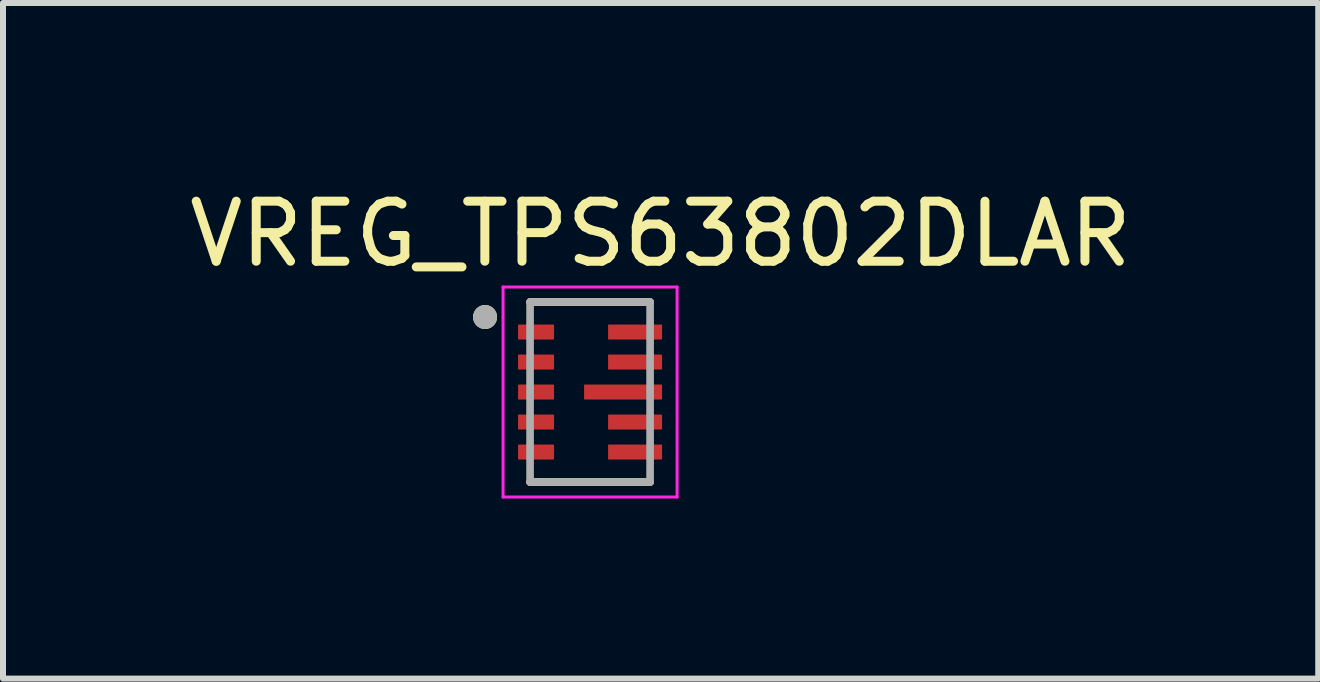
<source format=kicad_pcb>
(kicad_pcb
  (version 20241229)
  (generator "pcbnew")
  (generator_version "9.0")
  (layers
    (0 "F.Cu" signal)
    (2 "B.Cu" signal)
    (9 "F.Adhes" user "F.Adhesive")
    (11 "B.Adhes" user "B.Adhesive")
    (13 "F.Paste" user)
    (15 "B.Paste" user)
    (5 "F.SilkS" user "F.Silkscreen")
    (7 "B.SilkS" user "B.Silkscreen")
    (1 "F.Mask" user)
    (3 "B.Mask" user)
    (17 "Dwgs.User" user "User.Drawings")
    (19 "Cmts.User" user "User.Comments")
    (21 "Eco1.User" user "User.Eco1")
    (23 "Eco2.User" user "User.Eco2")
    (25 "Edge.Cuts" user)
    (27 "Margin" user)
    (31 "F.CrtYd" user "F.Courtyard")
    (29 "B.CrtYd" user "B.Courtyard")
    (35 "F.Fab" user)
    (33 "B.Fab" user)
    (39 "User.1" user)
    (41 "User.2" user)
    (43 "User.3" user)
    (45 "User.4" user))
  (footprint "VREG_TPS63802DLAR"
    (layer "F.Cu")
    (at 6.783 3.483)
    (property "Reference" "VREG_TPS63802DLAR" (at 1.175 -2.635 0) (layer "F.SilkS") (effects (font (size 1 1) (thickness 0.15))))
    (attr smd)
    (fp_poly (pts (xy -0.53 -1.075) (xy -0.53 -0.925) (xy -0.53 -0.919) (xy -0.531 -0.912) (xy -0.531 -0.906) (xy -0.533 -0.9) (xy -0.534 -0.894) (xy -0.536 -0.888) (xy -0.538 -0.882) (xy -0.54 -0.876) (xy -0.543 -0.871) (xy -0.546 -0.865) (xy -0.549 -0.86) (xy -0.553 -0.854) (xy -0.557 -0.849) (xy -0.561 -0.845) (xy -0.565 -0.84) (xy -0.57 -0.836) (xy -0.574 -0.832) (xy -0.579 -0.828) (xy -0.585 -0.824) (xy -0.59 -0.821) (xy -0.596 -0.818) (xy -0.601 -0.815) (xy -0.607 -0.813) (xy -0.613 -0.811) (xy -0.619 -0.809) (xy -0.625 -0.808) (xy -0.631 -0.806) (xy -0.637 -0.806) (xy -0.644 -0.805) (xy -0.65 -0.805) (xy -1.15 -0.805) (xy -1.156 -0.805) (xy -1.163 -0.806) (xy -1.169 -0.806) (xy -1.175 -0.808) (xy -1.181 -0.809) (xy -1.187 -0.811) (xy -1.193 -0.813) (xy -1.199 -0.815) (xy -1.204 -0.818) (xy -1.21 -0.821) (xy -1.215 -0.824) (xy -1.221 -0.828) (xy -1.226 -0.832) (xy -1.23 -0.836) (xy -1.235 -0.84) (xy -1.239 -0.845) (xy -1.243 -0.849) (xy -1.247 -0.854) (xy -1.251 -0.86) (xy -1.254 -0.865) (xy -1.257 -0.871) (xy -1.26 -0.876) (xy -1.262 -0.882) (xy -1.264 -0.888) (xy -1.266 -0.894) (xy -1.267 -0.9) (xy -1.269 -0.906) (xy -1.269 -0.912) (xy -1.27 -0.919) (xy -1.27 -0.925) (xy -1.27 -1.075) (xy -1.27 -1.081) (xy -1.269 -1.088) (xy -1.269 -1.094) (xy -1.267 -1.1) (xy -1.266 -1.106) (xy -1.264 -1.112) (xy -1.262 -1.118) (xy -1.26 -1.124) (xy -1.257 -1.129) (xy -1.254 -1.135) (xy -1.251 -1.14) (xy -1.247 -1.146) (xy -1.243 -1.151) (xy -1.239 -1.155) (xy -1.235 -1.16) (xy -1.23 -1.164) (xy -1.226 -1.168) (xy -1.221 -1.172) (xy -1.215 -1.176) (xy -1.21 -1.179) (xy -1.204 -1.182) (xy -1.199 -1.185) (xy -1.193 -1.187) (xy -1.187 -1.189) (xy -1.181 -1.191) (xy -1.175 -1.192) (xy -1.169 -1.194) (xy -1.163 -1.194) (xy -1.156 -1.195) (xy -1.15 -1.195) (xy -0.65 -1.195) (xy -0.644 -1.195) (xy -0.637 -1.194) (xy -0.631 -1.194) (xy -0.625 -1.192) (xy -0.619 -1.191) (xy -0.613 -1.189) (xy -0.607 -1.187) (xy -0.601 -1.185) (xy -0.596 -1.182) (xy -0.59 -1.179) (xy -0.585 -1.176) (xy -0.579 -1.172) (xy -0.574 -1.168) (xy -0.57 -1.164) (xy -0.565 -1.16) (xy -0.561 -1.155) (xy -0.557 -1.151) (xy -0.553 -1.146) (xy -0.549 -1.14) (xy -0.546 -1.135) (xy -0.543 -1.129) (xy -0.54 -1.124) (xy -0.538 -1.118) (xy -0.536 -1.112) (xy -0.534 -1.106) (xy -0.533 -1.1) (xy -0.531 -1.094) (xy -0.531 -1.088) (xy -0.53 -1.081) (xy -0.53 -1.075)) (stroke (width 0.01) (type solid)) (fill yes) (layer "F.Mask"))
    (fp_poly (pts (xy -0.53 -0.575) (xy -0.53 -0.425) (xy -0.53 -0.419) (xy -0.531 -0.412) (xy -0.531 -0.406) (xy -0.533 -0.4) (xy -0.534 -0.394) (xy -0.536 -0.388) (xy -0.538 -0.382) (xy -0.54 -0.376) (xy -0.543 -0.371) (xy -0.546 -0.365) (xy -0.549 -0.36) (xy -0.553 -0.354) (xy -0.557 -0.349) (xy -0.561 -0.345) (xy -0.565 -0.34) (xy -0.57 -0.336) (xy -0.574 -0.332) (xy -0.579 -0.328) (xy -0.585 -0.324) (xy -0.59 -0.321) (xy -0.596 -0.318) (xy -0.601 -0.315) (xy -0.607 -0.313) (xy -0.613 -0.311) (xy -0.619 -0.309) (xy -0.625 -0.308) (xy -0.631 -0.306) (xy -0.637 -0.306) (xy -0.644 -0.305) (xy -0.65 -0.305) (xy -1.15 -0.305) (xy -1.156 -0.305) (xy -1.163 -0.306) (xy -1.169 -0.306) (xy -1.175 -0.308) (xy -1.181 -0.309) (xy -1.187 -0.311) (xy -1.193 -0.313) (xy -1.199 -0.315) (xy -1.204 -0.318) (xy -1.21 -0.321) (xy -1.215 -0.324) (xy -1.221 -0.328) (xy -1.226 -0.332) (xy -1.23 -0.336) (xy -1.235 -0.34) (xy -1.239 -0.345) (xy -1.243 -0.349) (xy -1.247 -0.354) (xy -1.251 -0.36) (xy -1.254 -0.365) (xy -1.257 -0.371) (xy -1.26 -0.376) (xy -1.262 -0.382) (xy -1.264 -0.388) (xy -1.266 -0.394) (xy -1.267 -0.4) (xy -1.269 -0.406) (xy -1.269 -0.412) (xy -1.27 -0.419) (xy -1.27 -0.425) (xy -1.27 -0.575) (xy -1.27 -0.581) (xy -1.269 -0.588) (xy -1.269 -0.594) (xy -1.267 -0.6) (xy -1.266 -0.606) (xy -1.264 -0.612) (xy -1.262 -0.618) (xy -1.26 -0.624) (xy -1.257 -0.629) (xy -1.254 -0.635) (xy -1.251 -0.64) (xy -1.247 -0.646) (xy -1.243 -0.651) (xy -1.239 -0.655) (xy -1.235 -0.66) (xy -1.23 -0.664) (xy -1.226 -0.668) (xy -1.221 -0.672) (xy -1.215 -0.676) (xy -1.21 -0.679) (xy -1.204 -0.682) (xy -1.199 -0.685) (xy -1.193 -0.687) (xy -1.187 -0.689) (xy -1.181 -0.691) (xy -1.175 -0.692) (xy -1.169 -0.694) (xy -1.163 -0.694) (xy -1.156 -0.695) (xy -1.15 -0.695) (xy -0.65 -0.695) (xy -0.644 -0.695) (xy -0.637 -0.694) (xy -0.631 -0.694) (xy -0.625 -0.692) (xy -0.619 -0.691) (xy -0.613 -0.689) (xy -0.607 -0.687) (xy -0.601 -0.685) (xy -0.596 -0.682) (xy -0.59 -0.679) (xy -0.585 -0.676) (xy -0.579 -0.672) (xy -0.574 -0.668) (xy -0.57 -0.664) (xy -0.565 -0.66) (xy -0.561 -0.655) (xy -0.557 -0.651) (xy -0.553 -0.646) (xy -0.549 -0.64) (xy -0.546 -0.635) (xy -0.543 -0.629) (xy -0.54 -0.624) (xy -0.538 -0.618) (xy -0.536 -0.612) (xy -0.534 -0.606) (xy -0.533 -0.6) (xy -0.531 -0.594) (xy -0.531 -0.588) (xy -0.53 -0.581) (xy -0.53 -0.575)) (stroke (width 0.01) (type solid)) (fill yes) (layer "F.Mask"))
    (fp_poly (pts (xy -0.53 -0.075) (xy -0.53 0.075) (xy -0.53 0.081) (xy -0.531 0.088) (xy -0.531 0.094) (xy -0.533 0.1) (xy -0.534 0.106) (xy -0.536 0.112) (xy -0.538 0.118) (xy -0.54 0.124) (xy -0.543 0.129) (xy -0.546 0.135) (xy -0.549 0.14) (xy -0.553 0.146) (xy -0.557 0.151) (xy -0.561 0.155) (xy -0.565 0.16) (xy -0.57 0.164) (xy -0.574 0.168) (xy -0.579 0.172) (xy -0.585 0.176) (xy -0.59 0.179) (xy -0.596 0.182) (xy -0.601 0.185) (xy -0.607 0.187) (xy -0.613 0.189) (xy -0.619 0.191) (xy -0.625 0.192) (xy -0.631 0.194) (xy -0.637 0.194) (xy -0.644 0.195) (xy -0.65 0.195) (xy -1.15 0.195) (xy -1.156 0.195) (xy -1.163 0.194) (xy -1.169 0.194) (xy -1.175 0.192) (xy -1.181 0.191) (xy -1.187 0.189) (xy -1.193 0.187) (xy -1.199 0.185) (xy -1.204 0.182) (xy -1.21 0.179) (xy -1.215 0.176) (xy -1.221 0.172) (xy -1.226 0.168) (xy -1.23 0.164) (xy -1.235 0.16) (xy -1.239 0.155) (xy -1.243 0.151) (xy -1.247 0.146) (xy -1.251 0.14) (xy -1.254 0.135) (xy -1.257 0.129) (xy -1.26 0.124) (xy -1.262 0.118) (xy -1.264 0.112) (xy -1.266 0.106) (xy -1.267 0.1) (xy -1.269 0.094) (xy -1.269 0.088) (xy -1.27 0.081) (xy -1.27 0.075) (xy -1.27 -0.075) (xy -1.27 -0.081) (xy -1.269 -0.088) (xy -1.269 -0.094) (xy -1.267 -0.1) (xy -1.266 -0.106) (xy -1.264 -0.112) (xy -1.262 -0.118) (xy -1.26 -0.124) (xy -1.257 -0.129) (xy -1.254 -0.135) (xy -1.251 -0.14) (xy -1.247 -0.146) (xy -1.243 -0.151) (xy -1.239 -0.155) (xy -1.235 -0.16) (xy -1.23 -0.164) (xy -1.226 -0.168) (xy -1.221 -0.172) (xy -1.215 -0.176) (xy -1.21 -0.179) (xy -1.204 -0.182) (xy -1.199 -0.185) (xy -1.193 -0.187) (xy -1.187 -0.189) (xy -1.181 -0.191) (xy -1.175 -0.192) (xy -1.169 -0.194) (xy -1.163 -0.194) (xy -1.156 -0.195) (xy -1.15 -0.195) (xy -0.65 -0.195) (xy -0.644 -0.195) (xy -0.637 -0.194) (xy -0.631 -0.194) (xy -0.625 -0.192) (xy -0.619 -0.191) (xy -0.613 -0.189) (xy -0.607 -0.187) (xy -0.601 -0.185) (xy -0.596 -0.182) (xy -0.59 -0.179) (xy -0.585 -0.176) (xy -0.579 -0.172) (xy -0.574 -0.168) (xy -0.57 -0.164) (xy -0.565 -0.16) (xy -0.561 -0.155) (xy -0.557 -0.151) (xy -0.553 -0.146) (xy -0.549 -0.14) (xy -0.546 -0.135) (xy -0.543 -0.129) (xy -0.54 -0.124) (xy -0.538 -0.118) (xy -0.536 -0.112) (xy -0.534 -0.106) (xy -0.533 -0.1) (xy -0.531 -0.094) (xy -0.531 -0.088) (xy -0.53 -0.081) (xy -0.53 -0.075)) (stroke (width 0.01) (type solid)) (fill yes) (layer "F.Mask"))
    (fp_poly (pts (xy -0.53 0.425) (xy -0.53 0.575) (xy -0.53 0.581) (xy -0.531 0.588) (xy -0.531 0.594) (xy -0.533 0.6) (xy -0.534 0.606) (xy -0.536 0.612) (xy -0.538 0.618) (xy -0.54 0.624) (xy -0.543 0.629) (xy -0.546 0.635) (xy -0.549 0.64) (xy -0.553 0.646) (xy -0.557 0.651) (xy -0.561 0.655) (xy -0.565 0.66) (xy -0.57 0.664) (xy -0.574 0.668) (xy -0.579 0.672) (xy -0.585 0.676) (xy -0.59 0.679) (xy -0.596 0.682) (xy -0.601 0.685) (xy -0.607 0.687) (xy -0.613 0.689) (xy -0.619 0.691) (xy -0.625 0.692) (xy -0.631 0.694) (xy -0.637 0.694) (xy -0.644 0.695) (xy -0.65 0.695) (xy -1.15 0.695) (xy -1.156 0.695) (xy -1.163 0.694) (xy -1.169 0.694) (xy -1.175 0.692) (xy -1.181 0.691) (xy -1.187 0.689) (xy -1.193 0.687) (xy -1.199 0.685) (xy -1.204 0.682) (xy -1.21 0.679) (xy -1.215 0.676) (xy -1.221 0.672) (xy -1.226 0.668) (xy -1.23 0.664) (xy -1.235 0.66) (xy -1.239 0.655) (xy -1.243 0.651) (xy -1.247 0.646) (xy -1.251 0.64) (xy -1.254 0.635) (xy -1.257 0.629) (xy -1.26 0.624) (xy -1.262 0.618) (xy -1.264 0.612) (xy -1.266 0.606) (xy -1.267 0.6) (xy -1.269 0.594) (xy -1.269 0.588) (xy -1.27 0.581) (xy -1.27 0.575) (xy -1.27 0.425) (xy -1.27 0.419) (xy -1.269 0.412) (xy -1.269 0.406) (xy -1.267 0.4) (xy -1.266 0.394) (xy -1.264 0.388) (xy -1.262 0.382) (xy -1.26 0.376) (xy -1.257 0.371) (xy -1.254 0.365) (xy -1.251 0.36) (xy -1.247 0.354) (xy -1.243 0.349) (xy -1.239 0.345) (xy -1.235 0.34) (xy -1.23 0.336) (xy -1.226 0.332) (xy -1.221 0.328) (xy -1.215 0.324) (xy -1.21 0.321) (xy -1.204 0.318) (xy -1.199 0.315) (xy -1.193 0.313) (xy -1.187 0.311) (xy -1.181 0.309) (xy -1.175 0.308) (xy -1.169 0.306) (xy -1.163 0.306) (xy -1.156 0.305) (xy -1.15 0.305) (xy -0.65 0.305) (xy -0.644 0.305) (xy -0.637 0.306) (xy -0.631 0.306) (xy -0.625 0.308) (xy -0.619 0.309) (xy -0.613 0.311) (xy -0.607 0.313) (xy -0.601 0.315) (xy -0.596 0.318) (xy -0.59 0.321) (xy -0.585 0.324) (xy -0.579 0.328) (xy -0.574 0.332) (xy -0.57 0.336) (xy -0.565 0.34) (xy -0.561 0.345) (xy -0.557 0.349) (xy -0.553 0.354) (xy -0.549 0.36) (xy -0.546 0.365) (xy -0.543 0.371) (xy -0.54 0.376) (xy -0.538 0.382) (xy -0.536 0.388) (xy -0.534 0.394) (xy -0.533 0.4) (xy -0.531 0.406) (xy -0.531 0.412) (xy -0.53 0.419) (xy -0.53 0.425)) (stroke (width 0.01) (type solid)) (fill yes) (layer "F.Mask"))
    (fp_poly (pts (xy -0.53 0.925) (xy -0.53 1.075) (xy -0.53 1.081) (xy -0.531 1.088) (xy -0.531 1.094) (xy -0.533 1.1) (xy -0.534 1.106) (xy -0.536 1.112) (xy -0.538 1.118) (xy -0.54 1.124) (xy -0.543 1.129) (xy -0.546 1.135) (xy -0.549 1.14) (xy -0.553 1.146) (xy -0.557 1.151) (xy -0.561 1.155) (xy -0.565 1.16) (xy -0.57 1.164) (xy -0.574 1.168) (xy -0.579 1.172) (xy -0.585 1.176) (xy -0.59 1.179) (xy -0.596 1.182) (xy -0.601 1.185) (xy -0.607 1.187) (xy -0.613 1.189) (xy -0.619 1.191) (xy -0.625 1.192) (xy -0.631 1.194) (xy -0.637 1.194) (xy -0.644 1.195) (xy -0.65 1.195) (xy -1.15 1.195) (xy -1.156 1.195) (xy -1.163 1.194) (xy -1.169 1.194) (xy -1.175 1.192) (xy -1.181 1.191) (xy -1.187 1.189) (xy -1.193 1.187) (xy -1.199 1.185) (xy -1.204 1.182) (xy -1.21 1.179) (xy -1.215 1.176) (xy -1.221 1.172) (xy -1.226 1.168) (xy -1.23 1.164) (xy -1.235 1.16) (xy -1.239 1.155) (xy -1.243 1.151) (xy -1.247 1.146) (xy -1.251 1.14) (xy -1.254 1.135) (xy -1.257 1.129) (xy -1.26 1.124) (xy -1.262 1.118) (xy -1.264 1.112) (xy -1.266 1.106) (xy -1.267 1.1) (xy -1.269 1.094) (xy -1.269 1.088) (xy -1.27 1.081) (xy -1.27 1.075) (xy -1.27 0.925) (xy -1.27 0.919) (xy -1.269 0.912) (xy -1.269 0.906) (xy -1.267 0.9) (xy -1.266 0.894) (xy -1.264 0.888) (xy -1.262 0.882) (xy -1.26 0.876) (xy -1.257 0.871) (xy -1.254 0.865) (xy -1.251 0.86) (xy -1.247 0.854) (xy -1.243 0.849) (xy -1.239 0.845) (xy -1.235 0.84) (xy -1.23 0.836) (xy -1.226 0.832) (xy -1.221 0.828) (xy -1.215 0.824) (xy -1.21 0.821) (xy -1.204 0.818) (xy -1.199 0.815) (xy -1.193 0.813) (xy -1.187 0.811) (xy -1.181 0.809) (xy -1.175 0.808) (xy -1.169 0.806) (xy -1.163 0.806) (xy -1.156 0.805) (xy -1.15 0.805) (xy -0.65 0.805) (xy -0.644 0.805) (xy -0.637 0.806) (xy -0.631 0.806) (xy -0.625 0.808) (xy -0.619 0.809) (xy -0.613 0.811) (xy -0.607 0.813) (xy -0.601 0.815) (xy -0.596 0.818) (xy -0.59 0.821) (xy -0.585 0.824) (xy -0.579 0.828) (xy -0.574 0.832) (xy -0.57 0.836) (xy -0.565 0.84) (xy -0.561 0.845) (xy -0.557 0.849) (xy -0.553 0.854) (xy -0.549 0.86) (xy -0.546 0.865) (xy -0.543 0.871) (xy -0.54 0.876) (xy -0.538 0.882) (xy -0.536 0.888) (xy -0.534 0.894) (xy -0.533 0.9) (xy -0.531 0.906) (xy -0.531 0.912) (xy -0.53 0.919) (xy -0.53 0.925)) (stroke (width 0.01) (type solid)) (fill yes) (layer "F.Mask"))
    (fp_poly (pts (xy 1.27 -1.075) (xy 1.27 -0.925) (xy 1.27 -0.919) (xy 1.269 -0.912) (xy 1.269 -0.906) (xy 1.267 -0.9) (xy 1.266 -0.894) (xy 1.264 -0.888) (xy 1.262 -0.882) (xy 1.26 -0.876) (xy 1.257 -0.871) (xy 1.254 -0.865) (xy 1.251 -0.86) (xy 1.247 -0.854) (xy 1.243 -0.849) (xy 1.239 -0.845) (xy 1.235 -0.84) (xy 1.23 -0.836) (xy 1.226 -0.832) (xy 1.221 -0.828) (xy 1.215 -0.824) (xy 1.21 -0.821) (xy 1.204 -0.818) (xy 1.199 -0.815) (xy 1.193 -0.813) (xy 1.187 -0.811) (xy 1.181 -0.809) (xy 1.175 -0.808) (xy 1.169 -0.806) (xy 1.163 -0.806) (xy 1.156 -0.805) (xy 1.15 -0.805) (xy 0.35 -0.805) (xy 0.344 -0.805) (xy 0.337 -0.806) (xy 0.331 -0.806) (xy 0.325 -0.808) (xy 0.319 -0.809) (xy 0.313 -0.811) (xy 0.307 -0.813) (xy 0.301 -0.815) (xy 0.296 -0.818) (xy 0.29 -0.821) (xy 0.285 -0.824) (xy 0.279 -0.828) (xy 0.274 -0.832) (xy 0.27 -0.836) (xy 0.265 -0.84) (xy 0.261 -0.845) (xy 0.257 -0.849) (xy 0.253 -0.854) (xy 0.249 -0.86) (xy 0.246 -0.865) (xy 0.243 -0.871) (xy 0.24 -0.876) (xy 0.238 -0.882) (xy 0.236 -0.888) (xy 0.234 -0.894) (xy 0.233 -0.9) (xy 0.231 -0.906) (xy 0.231 -0.912) (xy 0.23 -0.919) (xy 0.23 -0.925) (xy 0.23 -1.075) (xy 0.23 -1.081) (xy 0.231 -1.088) (xy 0.231 -1.094) (xy 0.233 -1.1) (xy 0.234 -1.106) (xy 0.236 -1.112) (xy 0.238 -1.118) (xy 0.24 -1.124) (xy 0.243 -1.129) (xy 0.246 -1.135) (xy 0.249 -1.14) (xy 0.253 -1.146) (xy 0.257 -1.151) (xy 0.261 -1.155) (xy 0.265 -1.16) (xy 0.27 -1.164) (xy 0.274 -1.168) (xy 0.279 -1.172) (xy 0.285 -1.176) (xy 0.29 -1.179) (xy 0.296 -1.182) (xy 0.301 -1.185) (xy 0.307 -1.187) (xy 0.313 -1.189) (xy 0.319 -1.191) (xy 0.325 -1.192) (xy 0.331 -1.194) (xy 0.337 -1.194) (xy 0.344 -1.195) (xy 0.35 -1.195) (xy 1.15 -1.195) (xy 1.156 -1.195) (xy 1.163 -1.194) (xy 1.169 -1.194) (xy 1.175 -1.192) (xy 1.181 -1.191) (xy 1.187 -1.189) (xy 1.193 -1.187) (xy 1.199 -1.185) (xy 1.204 -1.182) (xy 1.21 -1.179) (xy 1.215 -1.176) (xy 1.221 -1.172) (xy 1.226 -1.168) (xy 1.23 -1.164) (xy 1.235 -1.16) (xy 1.239 -1.155) (xy 1.243 -1.151) (xy 1.247 -1.146) (xy 1.251 -1.14) (xy 1.254 -1.135) (xy 1.257 -1.129) (xy 1.26 -1.124) (xy 1.262 -1.118) (xy 1.264 -1.112) (xy 1.266 -1.106) (xy 1.267 -1.1) (xy 1.269 -1.094) (xy 1.269 -1.088) (xy 1.27 -1.081) (xy 1.27 -1.075)) (stroke (width 0.01) (type solid)) (fill yes) (layer "F.Mask"))
    (fp_poly (pts (xy 1.27 -0.575) (xy 1.27 -0.425) (xy 1.27 -0.419) (xy 1.269 -0.412) (xy 1.269 -0.406) (xy 1.267 -0.4) (xy 1.266 -0.394) (xy 1.264 -0.388) (xy 1.262 -0.382) (xy 1.26 -0.376) (xy 1.257 -0.371) (xy 1.254 -0.365) (xy 1.251 -0.36) (xy 1.247 -0.354) (xy 1.243 -0.349) (xy 1.239 -0.345) (xy 1.235 -0.34) (xy 1.23 -0.336) (xy 1.226 -0.332) (xy 1.221 -0.328) (xy 1.215 -0.324) (xy 1.21 -0.321) (xy 1.204 -0.318) (xy 1.199 -0.315) (xy 1.193 -0.313) (xy 1.187 -0.311) (xy 1.181 -0.309) (xy 1.175 -0.308) (xy 1.169 -0.306) (xy 1.163 -0.306) (xy 1.156 -0.305) (xy 1.15 -0.305) (xy 0.35 -0.305) (xy 0.344 -0.305) (xy 0.337 -0.306) (xy 0.331 -0.306) (xy 0.325 -0.308) (xy 0.319 -0.309) (xy 0.313 -0.311) (xy 0.307 -0.313) (xy 0.301 -0.315) (xy 0.296 -0.318) (xy 0.29 -0.321) (xy 0.285 -0.324) (xy 0.279 -0.328) (xy 0.274 -0.332) (xy 0.27 -0.336) (xy 0.265 -0.34) (xy 0.261 -0.345) (xy 0.257 -0.349) (xy 0.253 -0.354) (xy 0.249 -0.36) (xy 0.246 -0.365) (xy 0.243 -0.371) (xy 0.24 -0.376) (xy 0.238 -0.382) (xy 0.236 -0.388) (xy 0.234 -0.394) (xy 0.233 -0.4) (xy 0.231 -0.406) (xy 0.231 -0.412) (xy 0.23 -0.419) (xy 0.23 -0.425) (xy 0.23 -0.575) (xy 0.23 -0.581) (xy 0.231 -0.588) (xy 0.231 -0.594) (xy 0.233 -0.6) (xy 0.234 -0.606) (xy 0.236 -0.612) (xy 0.238 -0.618) (xy 0.24 -0.624) (xy 0.243 -0.629) (xy 0.246 -0.635) (xy 0.249 -0.64) (xy 0.253 -0.646) (xy 0.257 -0.651) (xy 0.261 -0.655) (xy 0.265 -0.66) (xy 0.27 -0.664) (xy 0.274 -0.668) (xy 0.279 -0.672) (xy 0.285 -0.676) (xy 0.29 -0.679) (xy 0.296 -0.682) (xy 0.301 -0.685) (xy 0.307 -0.687) (xy 0.313 -0.689) (xy 0.319 -0.691) (xy 0.325 -0.692) (xy 0.331 -0.694) (xy 0.337 -0.694) (xy 0.344 -0.695) (xy 0.35 -0.695) (xy 1.15 -0.695) (xy 1.156 -0.695) (xy 1.163 -0.694) (xy 1.169 -0.694) (xy 1.175 -0.692) (xy 1.181 -0.691) (xy 1.187 -0.689) (xy 1.193 -0.687) (xy 1.199 -0.685) (xy 1.204 -0.682) (xy 1.21 -0.679) (xy 1.215 -0.676) (xy 1.221 -0.672) (xy 1.226 -0.668) (xy 1.23 -0.664) (xy 1.235 -0.66) (xy 1.239 -0.655) (xy 1.243 -0.651) (xy 1.247 -0.646) (xy 1.251 -0.64) (xy 1.254 -0.635) (xy 1.257 -0.629) (xy 1.26 -0.624) (xy 1.262 -0.618) (xy 1.264 -0.612) (xy 1.266 -0.606) (xy 1.267 -0.6) (xy 1.269 -0.594) (xy 1.269 -0.588) (xy 1.27 -0.581) (xy 1.27 -0.575)) (stroke (width 0.01) (type solid)) (fill yes) (layer "F.Mask"))
    (fp_poly (pts (xy 1.27 -0.075) (xy 1.27 0.075) (xy 1.27 0.081) (xy 1.269 0.088) (xy 1.269 0.094) (xy 1.267 0.1) (xy 1.266 0.106) (xy 1.264 0.112) (xy 1.262 0.118) (xy 1.26 0.124) (xy 1.257 0.129) (xy 1.254 0.135) (xy 1.251 0.14) (xy 1.247 0.146) (xy 1.243 0.151) (xy 1.239 0.155) (xy 1.235 0.16) (xy 1.23 0.164) (xy 1.226 0.168) (xy 1.221 0.172) (xy 1.215 0.176) (xy 1.21 0.179) (xy 1.204 0.182) (xy 1.199 0.185) (xy 1.193 0.187) (xy 1.187 0.189) (xy 1.181 0.191) (xy 1.175 0.192) (xy 1.169 0.194) (xy 1.163 0.194) (xy 1.156 0.195) (xy 1.15 0.195) (xy -0.05 0.195) (xy -0.056 0.195) (xy -0.063 0.194) (xy -0.069 0.194) (xy -0.075 0.192) (xy -0.081 0.191) (xy -0.087 0.189) (xy -0.093 0.187) (xy -0.099 0.185) (xy -0.104 0.182) (xy -0.11 0.179) (xy -0.115 0.176) (xy -0.121 0.172) (xy -0.126 0.168) (xy -0.13 0.164) (xy -0.135 0.16) (xy -0.139 0.155) (xy -0.143 0.151) (xy -0.147 0.146) (xy -0.151 0.14) (xy -0.154 0.135) (xy -0.157 0.129) (xy -0.16 0.124) (xy -0.162 0.118) (xy -0.164 0.112) (xy -0.166 0.106) (xy -0.167 0.1) (xy -0.169 0.094) (xy -0.169 0.088) (xy -0.17 0.081) (xy -0.17 0.075) (xy -0.17 -0.075) (xy -0.17 -0.081) (xy -0.169 -0.088) (xy -0.169 -0.094) (xy -0.167 -0.1) (xy -0.166 -0.106) (xy -0.164 -0.112) (xy -0.162 -0.118) (xy -0.16 -0.124) (xy -0.157 -0.129) (xy -0.154 -0.135) (xy -0.151 -0.14) (xy -0.147 -0.146) (xy -0.143 -0.151) (xy -0.139 -0.155) (xy -0.135 -0.16) (xy -0.13 -0.164) (xy -0.126 -0.168) (xy -0.121 -0.172) (xy -0.115 -0.176) (xy -0.11 -0.179) (xy -0.104 -0.182) (xy -0.099 -0.185) (xy -0.093 -0.187) (xy -0.087 -0.189) (xy -0.081 -0.191) (xy -0.075 -0.192) (xy -0.069 -0.194) (xy -0.063 -0.194) (xy -0.056 -0.195) (xy -0.05 -0.195) (xy 1.15 -0.195) (xy 1.156 -0.195) (xy 1.163 -0.194) (xy 1.169 -0.194) (xy 1.175 -0.192) (xy 1.181 -0.191) (xy 1.187 -0.189) (xy 1.193 -0.187) (xy 1.199 -0.185) (xy 1.204 -0.182) (xy 1.21 -0.179) (xy 1.215 -0.176) (xy 1.221 -0.172) (xy 1.226 -0.168) (xy 1.23 -0.164) (xy 1.235 -0.16) (xy 1.239 -0.155) (xy 1.243 -0.151) (xy 1.247 -0.146) (xy 1.251 -0.14) (xy 1.254 -0.135) (xy 1.257 -0.129) (xy 1.26 -0.124) (xy 1.262 -0.118) (xy 1.264 -0.112) (xy 1.266 -0.106) (xy 1.267 -0.1) (xy 1.269 -0.094) (xy 1.269 -0.088) (xy 1.27 -0.081) (xy 1.27 -0.075)) (stroke (width 0.01) (type solid)) (fill yes) (layer "F.Mask"))
    (fp_poly (pts (xy 1.27 0.425) (xy 1.27 0.575) (xy 1.27 0.581) (xy 1.269 0.588) (xy 1.269 0.594) (xy 1.267 0.6) (xy 1.266 0.606) (xy 1.264 0.612) (xy 1.262 0.618) (xy 1.26 0.624) (xy 1.257 0.629) (xy 1.254 0.635) (xy 1.251 0.64) (xy 1.247 0.646) (xy 1.243 0.651) (xy 1.239 0.655) (xy 1.235 0.66) (xy 1.23 0.664) (xy 1.226 0.668) (xy 1.221 0.672) (xy 1.215 0.676) (xy 1.21 0.679) (xy 1.204 0.682) (xy 1.199 0.685) (xy 1.193 0.687) (xy 1.187 0.689) (xy 1.181 0.691) (xy 1.175 0.692) (xy 1.169 0.694) (xy 1.163 0.694) (xy 1.156 0.695) (xy 1.15 0.695) (xy 0.35 0.695) (xy 0.344 0.695) (xy 0.337 0.694) (xy 0.331 0.694) (xy 0.325 0.692) (xy 0.319 0.691) (xy 0.313 0.689) (xy 0.307 0.687) (xy 0.301 0.685) (xy 0.296 0.682) (xy 0.29 0.679) (xy 0.285 0.676) (xy 0.279 0.672) (xy 0.274 0.668) (xy 0.27 0.664) (xy 0.265 0.66) (xy 0.261 0.655) (xy 0.257 0.651) (xy 0.253 0.646) (xy 0.249 0.64) (xy 0.246 0.635) (xy 0.243 0.629) (xy 0.24 0.624) (xy 0.238 0.618) (xy 0.236 0.612) (xy 0.234 0.606) (xy 0.233 0.6) (xy 0.231 0.594) (xy 0.231 0.588) (xy 0.23 0.581) (xy 0.23 0.575) (xy 0.23 0.425) (xy 0.23 0.419) (xy 0.231 0.412) (xy 0.231 0.406) (xy 0.233 0.4) (xy 0.234 0.394) (xy 0.236 0.388) (xy 0.238 0.382) (xy 0.24 0.376) (xy 0.243 0.371) (xy 0.246 0.365) (xy 0.249 0.36) (xy 0.253 0.354) (xy 0.257 0.349) (xy 0.261 0.345) (xy 0.265 0.34) (xy 0.27 0.336) (xy 0.274 0.332) (xy 0.279 0.328) (xy 0.285 0.324) (xy 0.29 0.321) (xy 0.296 0.318) (xy 0.301 0.315) (xy 0.307 0.313) (xy 0.313 0.311) (xy 0.319 0.309) (xy 0.325 0.308) (xy 0.331 0.306) (xy 0.337 0.306) (xy 0.344 0.305) (xy 0.35 0.305) (xy 1.15 0.305) (xy 1.156 0.305) (xy 1.163 0.306) (xy 1.169 0.306) (xy 1.175 0.308) (xy 1.181 0.309) (xy 1.187 0.311) (xy 1.193 0.313) (xy 1.199 0.315) (xy 1.204 0.318) (xy 1.21 0.321) (xy 1.215 0.324) (xy 1.221 0.328) (xy 1.226 0.332) (xy 1.23 0.336) (xy 1.235 0.34) (xy 1.239 0.345) (xy 1.243 0.349) (xy 1.247 0.354) (xy 1.251 0.36) (xy 1.254 0.365) (xy 1.257 0.371) (xy 1.26 0.376) (xy 1.262 0.382) (xy 1.264 0.388) (xy 1.266 0.394) (xy 1.267 0.4) (xy 1.269 0.406) (xy 1.269 0.412) (xy 1.27 0.419) (xy 1.27 0.425)) (stroke (width 0.01) (type solid)) (fill yes) (layer "F.Mask"))
    (fp_poly (pts (xy 1.27 0.925) (xy 1.27 1.075) (xy 1.27 1.081) (xy 1.269 1.088) (xy 1.269 1.094) (xy 1.267 1.1) (xy 1.266 1.106) (xy 1.264 1.112) (xy 1.262 1.118) (xy 1.26 1.124) (xy 1.257 1.129) (xy 1.254 1.135) (xy 1.251 1.14) (xy 1.247 1.146) (xy 1.243 1.151) (xy 1.239 1.155) (xy 1.235 1.16) (xy 1.23 1.164) (xy 1.226 1.168) (xy 1.221 1.172) (xy 1.215 1.176) (xy 1.21 1.179) (xy 1.204 1.182) (xy 1.199 1.185) (xy 1.193 1.187) (xy 1.187 1.189) (xy 1.181 1.191) (xy 1.175 1.192) (xy 1.169 1.194) (xy 1.163 1.194) (xy 1.156 1.195) (xy 1.15 1.195) (xy 0.35 1.195) (xy 0.344 1.195) (xy 0.337 1.194) (xy 0.331 1.194) (xy 0.325 1.192) (xy 0.319 1.191) (xy 0.313 1.189) (xy 0.307 1.187) (xy 0.301 1.185) (xy 0.296 1.182) (xy 0.29 1.179) (xy 0.285 1.176) (xy 0.279 1.172) (xy 0.274 1.168) (xy 0.27 1.164) (xy 0.265 1.16) (xy 0.261 1.155) (xy 0.257 1.151) (xy 0.253 1.146) (xy 0.249 1.14) (xy 0.246 1.135) (xy 0.243 1.129) (xy 0.24 1.124) (xy 0.238 1.118) (xy 0.236 1.112) (xy 0.234 1.106) (xy 0.233 1.1) (xy 0.231 1.094) (xy 0.231 1.088) (xy 0.23 1.081) (xy 0.23 1.075) (xy 0.23 0.925) (xy 0.23 0.919) (xy 0.231 0.912) (xy 0.231 0.906) (xy 0.233 0.9) (xy 0.234 0.894) (xy 0.236 0.888) (xy 0.238 0.882) (xy 0.24 0.876) (xy 0.243 0.871) (xy 0.246 0.865) (xy 0.249 0.86) (xy 0.253 0.854) (xy 0.257 0.849) (xy 0.261 0.845) (xy 0.265 0.84) (xy 0.27 0.836) (xy 0.274 0.832) (xy 0.279 0.828) (xy 0.285 0.824) (xy 0.29 0.821) (xy 0.296 0.818) (xy 0.301 0.815) (xy 0.307 0.813) (xy 0.313 0.811) (xy 0.319 0.809) (xy 0.325 0.808) (xy 0.331 0.806) (xy 0.337 0.806) (xy 0.344 0.805) (xy 0.35 0.805) (xy 1.15 0.805) (xy 1.156 0.805) (xy 1.163 0.806) (xy 1.169 0.806) (xy 1.175 0.808) (xy 1.181 0.809) (xy 1.187 0.811) (xy 1.193 0.813) (xy 1.199 0.815) (xy 1.204 0.818) (xy 1.21 0.821) (xy 1.215 0.824) (xy 1.221 0.828) (xy 1.226 0.832) (xy 1.23 0.836) (xy 1.235 0.84) (xy 1.239 0.845) (xy 1.243 0.849) (xy 1.247 0.854) (xy 1.251 0.86) (xy 1.254 0.865) (xy 1.257 0.871) (xy 1.26 0.876) (xy 1.262 0.882) (xy 1.264 0.888) (xy 1.266 0.894) (xy 1.267 0.9) (xy 1.269 0.906) (xy 1.269 0.912) (xy 1.27 0.919) (xy 1.27 0.925)) (stroke (width 0.01) (type solid)) (fill yes) (layer "F.Mask"))
    (fp_line (start -1 -1.5) (end 1 -1.5) (stroke (width 0.127) (type solid)) (layer "F.SilkS"))
    (fp_line (start -1 1.5) (end 1 1.5) (stroke (width 0.127) (type solid)) (layer "F.SilkS"))
    (fp_circle (center -1.75 -1.25) (end -1.65 -1.25) (stroke (width 0.2) (type solid)) (fill no) (layer "F.SilkS"))
    (fp_poly (pts (xy 0.4 0.125) (xy -0.05 0.125) (xy -0.053 0.125) (xy -0.055 0.125) (xy -0.058 0.124) (xy -0.06 0.124) (xy -0.063 0.123) (xy -0.065 0.123) (xy -0.068 0.122) (xy -0.07 0.121) (xy -0.073 0.12) (xy -0.075 0.118) (xy -0.077 0.117) (xy -0.079 0.115) (xy -0.081 0.114) (xy -0.083 0.112) (xy -0.085 0.11) (xy -0.087 0.108) (xy -0.089 0.106) (xy -0.09 0.104) (xy -0.092 0.102) (xy -0.093 0.1) (xy -0.095 0.098) (xy -0.096 0.095) (xy -0.097 0.093) (xy -0.098 0.09) (xy -0.098 0.088) (xy -0.099 0.085) (xy -0.099 0.083) (xy -0.1 0.08) (xy -0.1 0.078) (xy -0.1 0.075) (xy -0.1 -0.075) (xy -0.1 -0.078) (xy -0.1 -0.08) (xy -0.099 -0.083) (xy -0.099 -0.085) (xy -0.098 -0.088) (xy -0.098 -0.09) (xy -0.097 -0.093) (xy -0.096 -0.095) (xy -0.095 -0.098) (xy -0.093 -0.1) (xy -0.092 -0.102) (xy -0.09 -0.104) (xy -0.089 -0.106) (xy -0.087 -0.108) (xy -0.085 -0.11) (xy -0.083 -0.112) (xy -0.081 -0.114) (xy -0.079 -0.115) (xy -0.077 -0.117) (xy -0.075 -0.118) (xy -0.073 -0.12) (xy -0.07 -0.121) (xy -0.068 -0.122) (xy -0.065 -0.123) (xy -0.063 -0.123) (xy -0.06 -0.124) (xy -0.058 -0.124) (xy -0.055 -0.125) (xy -0.053 -0.125) (xy -0.05 -0.125) (xy 0.4 -0.125) (xy 0.403 -0.125) (xy 0.405 -0.125) (xy 0.408 -0.124) (xy 0.41 -0.124) (xy 0.413 -0.123) (xy 0.415 -0.123) (xy 0.418 -0.122) (xy 0.42 -0.121) (xy 0.423 -0.12) (xy 0.425 -0.118) (xy 0.427 -0.117) (xy 0.429 -0.115) (xy 0.431 -0.114) (xy 0.433 -0.112) (xy 0.435 -0.11) (xy 0.437 -0.108) (xy 0.439 -0.106) (xy 0.44 -0.104) (xy 0.442 -0.102) (xy 0.443 -0.1) (xy 0.445 -0.098) (xy 0.446 -0.095) (xy 0.447 -0.093) (xy 0.448 -0.09) (xy 0.448 -0.088) (xy 0.449 -0.085) (xy 0.449 -0.083) (xy 0.45 -0.08) (xy 0.45 -0.078) (xy 0.45 -0.075) (xy 0.45 0.075) (xy 0.45 0.078) (xy 0.45 0.08) (xy 0.449 0.083) (xy 0.449 0.085) (xy 0.448 0.088) (xy 0.448 0.09) (xy 0.447 0.093) (xy 0.446 0.095) (xy 0.445 0.098) (xy 0.443 0.1) (xy 0.442 0.102) (xy 0.44 0.104) (xy 0.439 0.106) (xy 0.437 0.108) (xy 0.435 0.11) (xy 0.433 0.112) (xy 0.431 0.114) (xy 0.429 0.115) (xy 0.427 0.117) (xy 0.425 0.118) (xy 0.423 0.12) (xy 0.42 0.121) (xy 0.418 0.122) (xy 0.415 0.123) (xy 0.413 0.123) (xy 0.41 0.124) (xy 0.408 0.124) (xy 0.405 0.125) (xy 0.403 0.125) (xy 0.4 0.125)) (stroke (width 0.01) (type solid)) (fill yes) (layer "F.Paste"))
    (fp_poly (pts (xy 1.15 0.125) (xy 0.7 0.125) (xy 0.697 0.125) (xy 0.695 0.125) (xy 0.692 0.124) (xy 0.69 0.124) (xy 0.687 0.123) (xy 0.685 0.123) (xy 0.682 0.122) (xy 0.68 0.121) (xy 0.677 0.12) (xy 0.675 0.118) (xy 0.673 0.117) (xy 0.671 0.115) (xy 0.669 0.114) (xy 0.667 0.112) (xy 0.665 0.11) (xy 0.663 0.108) (xy 0.661 0.106) (xy 0.66 0.104) (xy 0.658 0.102) (xy 0.657 0.1) (xy 0.655 0.098) (xy 0.654 0.095) (xy 0.653 0.093) (xy 0.652 0.09) (xy 0.652 0.088) (xy 0.651 0.085) (xy 0.651 0.083) (xy 0.65 0.08) (xy 0.65 0.078) (xy 0.65 0.075) (xy 0.65 -0.075) (xy 0.65 -0.078) (xy 0.65 -0.08) (xy 0.651 -0.083) (xy 0.651 -0.085) (xy 0.652 -0.088) (xy 0.652 -0.09) (xy 0.653 -0.093) (xy 0.654 -0.095) (xy 0.655 -0.098) (xy 0.657 -0.1) (xy 0.658 -0.102) (xy 0.66 -0.104) (xy 0.661 -0.106) (xy 0.663 -0.108) (xy 0.665 -0.11) (xy 0.667 -0.112) (xy 0.669 -0.114) (xy 0.671 -0.115) (xy 0.673 -0.117) (xy 0.675 -0.118) (xy 0.677 -0.12) (xy 0.68 -0.121) (xy 0.682 -0.122) (xy 0.685 -0.123) (xy 0.687 -0.123) (xy 0.69 -0.124) (xy 0.692 -0.124) (xy 0.695 -0.125) (xy 0.697 -0.125) (xy 0.7 -0.125) (xy 1.15 -0.125) (xy 1.153 -0.125) (xy 1.155 -0.125) (xy 1.158 -0.124) (xy 1.16 -0.124) (xy 1.163 -0.123) (xy 1.165 -0.123) (xy 1.168 -0.122) (xy 1.17 -0.121) (xy 1.173 -0.12) (xy 1.175 -0.118) (xy 1.177 -0.117) (xy 1.179 -0.115) (xy 1.181 -0.114) (xy 1.183 -0.112) (xy 1.185 -0.11) (xy 1.187 -0.108) (xy 1.189 -0.106) (xy 1.19 -0.104) (xy 1.192 -0.102) (xy 1.193 -0.1) (xy 1.195 -0.098) (xy 1.196 -0.095) (xy 1.197 -0.093) (xy 1.198 -0.09) (xy 1.198 -0.088) (xy 1.199 -0.085) (xy 1.199 -0.083) (xy 1.2 -0.08) (xy 1.2 -0.078) (xy 1.2 -0.075) (xy 1.2 0.075) (xy 1.2 0.078) (xy 1.2 0.08) (xy 1.199 0.083) (xy 1.199 0.085) (xy 1.198 0.088) (xy 1.198 0.09) (xy 1.197 0.093) (xy 1.196 0.095) (xy 1.195 0.098) (xy 1.193 0.1) (xy 1.192 0.102) (xy 1.19 0.104) (xy 1.189 0.106) (xy 1.187 0.108) (xy 1.185 0.11) (xy 1.183 0.112) (xy 1.181 0.114) (xy 1.179 0.115) (xy 1.177 0.117) (xy 1.175 0.118) (xy 1.173 0.12) (xy 1.17 0.121) (xy 1.168 0.122) (xy 1.165 0.123) (xy 1.163 0.123) (xy 1.16 0.124) (xy 1.158 0.124) (xy 1.155 0.125) (xy 1.153 0.125) (xy 1.15 0.125)) (stroke (width 0.01) (type solid)) (fill yes) (layer "F.Paste"))
    (fp_line (start -1.45 -1.75) (end -1.45 1.75) (stroke (width 0.05) (type solid)) (layer "F.CrtYd"))
    (fp_line (start -1.45 -1.75) (end 1.45 -1.75) (stroke (width 0.05) (type solid)) (layer "F.CrtYd"))
    (fp_line (start -1.45 1.75) (end 1.45 1.75) (stroke (width 0.05) (type solid)) (layer "F.CrtYd"))
    (fp_line (start 1.45 -1.75) (end 1.45 1.75) (stroke (width 0.05) (type solid)) (layer "F.CrtYd"))
    (fp_line (start -1 -1.5) (end -1 1.5) (stroke (width 0.127) (type solid)) (layer "F.Fab"))
    (fp_line (start -1 -1.5) (end 1 -1.5) (stroke (width 0.127) (type solid)) (layer "F.Fab"))
    (fp_line (start -1 1.5) (end 1 1.5) (stroke (width 0.127) (type solid)) (layer "F.Fab"))
    (fp_line (start 1 -1.5) (end 1 1.5) (stroke (width 0.127) (type solid)) (layer "F.Fab"))
    (fp_circle (center -1.75 -1.25) (end -1.65 -1.25) (stroke (width 0.2) (type solid)) (fill no) (layer "F.Fab"))
    (pad "1" smd roundrect (at -0.9 -1) (size 0.6 0.25) (layers "F.Cu" "F.Paste") (roundrect_rratio 0.05))
    (pad "2" smd roundrect (at -0.9 -0.5) (size 0.6 0.25) (layers "F.Cu" "F.Paste") (roundrect_rratio 0.05))
    (pad "3" smd roundrect (at -0.9 0) (size 0.6 0.25) (layers "F.Cu" "F.Paste") (roundrect_rratio 0.05))
    (pad "4" smd roundrect (at -0.9 0.5) (size 0.6 0.25) (layers "F.Cu" "F.Paste") (roundrect_rratio 0.05))
    (pad "5" smd roundrect (at -0.9 1) (size 0.6 0.25) (layers "F.Cu" "F.Paste") (roundrect_rratio 0.05))
    (pad "6" smd roundrect (at 0.75 1) (size 0.9 0.25) (layers "F.Cu" "F.Paste") (roundrect_rratio 0.05))
    (pad "7" smd roundrect (at 0.75 0.5) (size 0.9 0.25) (layers "F.Cu" "F.Paste") (roundrect_rratio 0.05))
    (pad "8" smd roundrect (at 0.55 0) (size 1.3 0.25) (layers "F.Cu") (roundrect_rratio 0.05))
    (pad "9" smd roundrect (at 0.75 -0.5) (size 0.9 0.25) (layers "F.Cu" "F.Paste") (roundrect_rratio 0.05))
    (pad "10" smd roundrect (at 0.75 -1) (size 0.9 0.25) (layers "F.Cu" "F.Paste") (roundrect_rratio 0.05)))
  (gr_rect
    (start -3 -3)
    (end 18.917 8.258)
    (stroke (width 0.1) (type default))
    (fill no)
    (layer "Edge.Cuts")))
</source>
